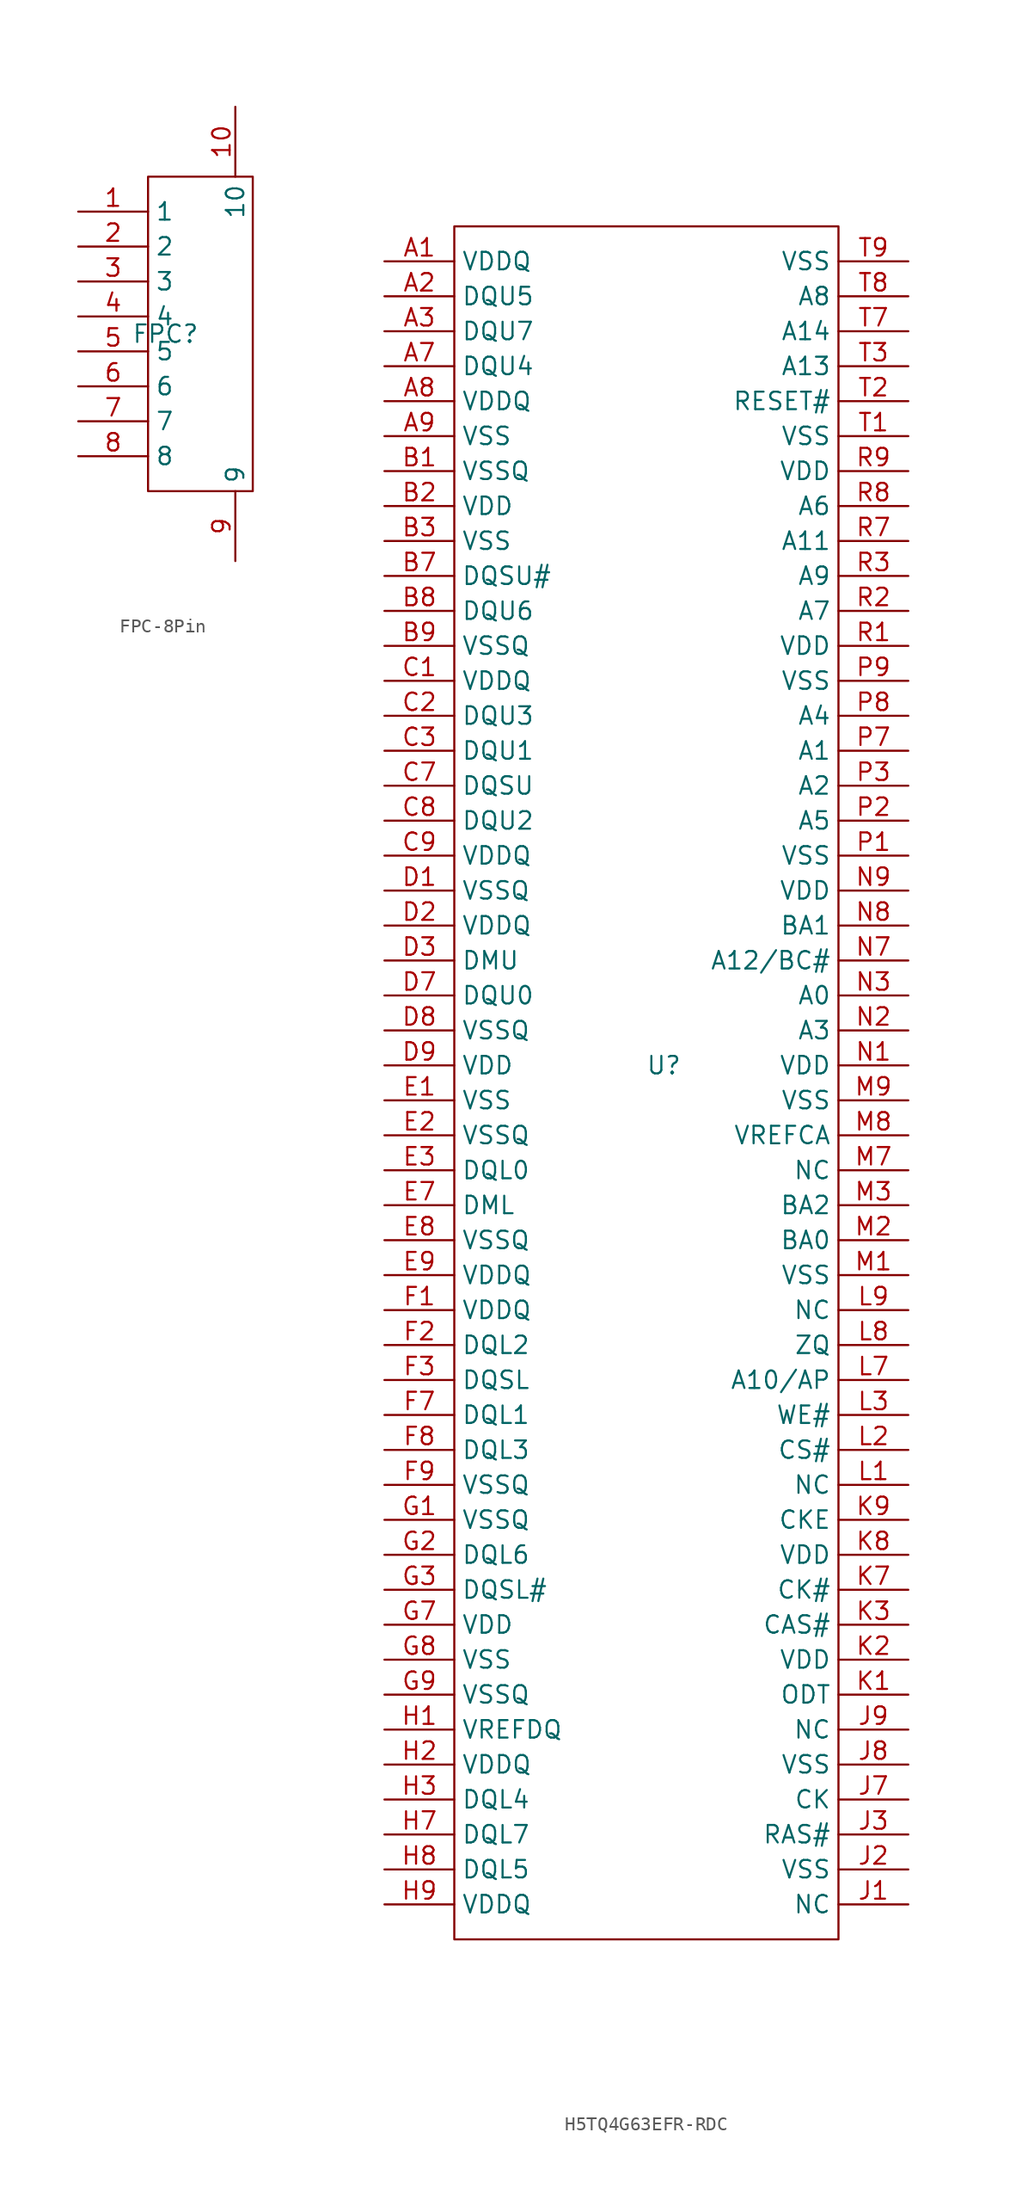
<source format=kicad_sym>
(kicad_symbol_lib
  (version 20231120)
  (generator "kicad_symbol_editor")
  (generator_version "8.0")
  (symbol "FPC-8Pin"
    (property "Reference" "FPC"
      (at 0 0 0)
      (effects (font (size 1.27 1.27))))
    (property "Value" ""
      (at 0 0 0)
      (effects (font (size 1.27 1.27))))
    (symbol "FPC-8Pin_1_0"
      (rectangle (start -1.27 -11.43) (end 6.35 11.43) (stroke (width 0) (type default)) (fill (type none)))
      (pin input line (at -6.35 8.89 0) (length 5.08) (name "1" (effects (font (size 1.27 1.27)))) (number "1" (effects (font (size 1.27 1.27)))))
      (pin input line (at 5.08 16.51 270) (length 5.08) (name "10" (effects (font (size 1.27 1.27)))) (number "10" (effects (font (size 1.27 1.27)))))
      (pin input line (at -6.35 6.35 0) (length 5.08) (name "2" (effects (font (size 1.27 1.27)))) (number "2" (effects (font (size 1.27 1.27)))))
      (pin input line (at -6.35 3.81 0) (length 5.08) (name "3" (effects (font (size 1.27 1.27)))) (number "3" (effects (font (size 1.27 1.27)))))
      (pin input line (at -6.35 1.27 0) (length 5.08) (name "4" (effects (font (size 1.27 1.27)))) (number "4" (effects (font (size 1.27 1.27)))))
      (pin input line (at -6.35 -1.27 0) (length 5.08) (name "5" (effects (font (size 1.27 1.27)))) (number "5" (effects (font (size 1.27 1.27)))))
      (pin input line (at -6.35 -3.81 0) (length 5.08) (name "6" (effects (font (size 1.27 1.27)))) (number "6" (effects (font (size 1.27 1.27)))))
      (pin input line (at -6.35 -6.35 0) (length 5.08) (name "7" (effects (font (size 1.27 1.27)))) (number "7" (effects (font (size 1.27 1.27)))))
      (pin input line (at -6.35 -8.89 0) (length 5.08) (name "8" (effects (font (size 1.27 1.27)))) (number "8" (effects (font (size 1.27 1.27)))))
      (pin input line (at 5.08 -16.51 90) (length 5.08) (name "9" (effects (font (size 1.27 1.27)))) (number "9" (effects (font (size 1.27 1.27)))))))
  (symbol "H5TQ4G63EFR-RDC"
    (property "Reference" "U"
      (at 0 0 0)
      (effects (font (size 1.27 1.27))))
    (property "Value" ""
      (at 0 0 0)
      (effects (font (size 1.27 1.27))))
    (symbol "H5TQ4G63EFR-RDC_1_0"
      (rectangle (start -15.24 -63.5) (end 12.7 60.96) (stroke (width 0) (type default)) (fill (type none)))
      (pin unspecified line (at -20.32 58.42 0) (length 5.08) (name "VDDQ" (effects (font (size 1.27 1.27)))) (number "A1" (effects (font (size 1.27 1.27)))))
      (pin unspecified line (at -20.32 55.88 0) (length 5.08) (name "DQU5" (effects (font (size 1.27 1.27)))) (number "A2" (effects (font (size 1.27 1.27)))))
      (pin unspecified line (at -20.32 53.34 0) (length 5.08) (name "DQU7" (effects (font (size 1.27 1.27)))) (number "A3" (effects (font (size 1.27 1.27)))))
      (pin unspecified line (at -20.32 50.8 0) (length 5.08) (name "DQU4" (effects (font (size 1.27 1.27)))) (number "A7" (effects (font (size 1.27 1.27)))))
      (pin unspecified line (at -20.32 48.26 0) (length 5.08) (name "VDDQ" (effects (font (size 1.27 1.27)))) (number "A8" (effects (font (size 1.27 1.27)))))
      (pin unspecified line (at -20.32 45.72 0) (length 5.08) (name "VSS" (effects (font (size 1.27 1.27)))) (number "A9" (effects (font (size 1.27 1.27)))))
      (pin unspecified line (at -20.32 43.18 0) (length 5.08) (name "VSSQ" (effects (font (size 1.27 1.27)))) (number "B1" (effects (font (size 1.27 1.27)))))
      (pin unspecified line (at -20.32 40.64 0) (length 5.08) (name "VDD" (effects (font (size 1.27 1.27)))) (number "B2" (effects (font (size 1.27 1.27)))))
      (pin unspecified line (at -20.32 38.1 0) (length 5.08) (name "VSS" (effects (font (size 1.27 1.27)))) (number "B3" (effects (font (size 1.27 1.27)))))
      (pin unspecified line (at -20.32 35.56 0) (length 5.08) (name "DQSU#" (effects (font (size 1.27 1.27)))) (number "B7" (effects (font (size 1.27 1.27)))))
      (pin unspecified line (at -20.32 33.02 0) (length 5.08) (name "DQU6" (effects (font (size 1.27 1.27)))) (number "B8" (effects (font (size 1.27 1.27)))))
      (pin unspecified line (at -20.32 30.48 0) (length 5.08) (name "VSSQ" (effects (font (size 1.27 1.27)))) (number "B9" (effects (font (size 1.27 1.27)))))
      (pin unspecified line (at -20.32 27.94 0) (length 5.08) (name "VDDQ" (effects (font (size 1.27 1.27)))) (number "C1" (effects (font (size 1.27 1.27)))))
      (pin unspecified line (at -20.32 25.4 0) (length 5.08) (name "DQU3" (effects (font (size 1.27 1.27)))) (number "C2" (effects (font (size 1.27 1.27)))))
      (pin unspecified line (at -20.32 22.86 0) (length 5.08) (name "DQU1" (effects (font (size 1.27 1.27)))) (number "C3" (effects (font (size 1.27 1.27)))))
      (pin unspecified line (at -20.32 20.32 0) (length 5.08) (name "DQSU" (effects (font (size 1.27 1.27)))) (number "C7" (effects (font (size 1.27 1.27)))))
      (pin unspecified line (at -20.32 17.78 0) (length 5.08) (name "DQU2" (effects (font (size 1.27 1.27)))) (number "C8" (effects (font (size 1.27 1.27)))))
      (pin unspecified line (at -20.32 15.24 0) (length 5.08) (name "VDDQ" (effects (font (size 1.27 1.27)))) (number "C9" (effects (font (size 1.27 1.27)))))
      (pin unspecified line (at -20.32 12.7 0) (length 5.08) (name "VSSQ" (effects (font (size 1.27 1.27)))) (number "D1" (effects (font (size 1.27 1.27)))))
      (pin unspecified line (at -20.32 10.16 0) (length 5.08) (name "VDDQ" (effects (font (size 1.27 1.27)))) (number "D2" (effects (font (size 1.27 1.27)))))
      (pin unspecified line (at -20.32 7.62 0) (length 5.08) (name "DMU" (effects (font (size 1.27 1.27)))) (number "D3" (effects (font (size 1.27 1.27)))))
      (pin unspecified line (at -20.32 5.08 0) (length 5.08) (name "DQU0" (effects (font (size 1.27 1.27)))) (number "D7" (effects (font (size 1.27 1.27)))))
      (pin unspecified line (at -20.32 2.54 0) (length 5.08) (name "VSSQ" (effects (font (size 1.27 1.27)))) (number "D8" (effects (font (size 1.27 1.27)))))
      (pin unspecified line (at -20.32 0 0) (length 5.08) (name "VDD" (effects (font (size 1.27 1.27)))) (number "D9" (effects (font (size 1.27 1.27)))))
      (pin unspecified line (at -20.32 -2.54 0) (length 5.08) (name "VSS" (effects (font (size 1.27 1.27)))) (number "E1" (effects (font (size 1.27 1.27)))))
      (pin unspecified line (at -20.32 -5.08 0) (length 5.08) (name "VSSQ" (effects (font (size 1.27 1.27)))) (number "E2" (effects (font (size 1.27 1.27)))))
      (pin unspecified line (at -20.32 -7.62 0) (length 5.08) (name "DQL0" (effects (font (size 1.27 1.27)))) (number "E3" (effects (font (size 1.27 1.27)))))
      (pin unspecified line (at -20.32 -10.16 0) (length 5.08) (name "DML" (effects (font (size 1.27 1.27)))) (number "E7" (effects (font (size 1.27 1.27)))))
      (pin unspecified line (at -20.32 -12.7 0) (length 5.08) (name "VSSQ" (effects (font (size 1.27 1.27)))) (number "E8" (effects (font (size 1.27 1.27)))))
      (pin unspecified line (at -20.32 -15.24 0) (length 5.08) (name "VDDQ" (effects (font (size 1.27 1.27)))) (number "E9" (effects (font (size 1.27 1.27)))))
      (pin unspecified line (at -20.32 -17.78 0) (length 5.08) (name "VDDQ" (effects (font (size 1.27 1.27)))) (number "F1" (effects (font (size 1.27 1.27)))))
      (pin unspecified line (at -20.32 -20.32 0) (length 5.08) (name "DQL2" (effects (font (size 1.27 1.27)))) (number "F2" (effects (font (size 1.27 1.27)))))
      (pin unspecified line (at -20.32 -22.86 0) (length 5.08) (name "DQSL" (effects (font (size 1.27 1.27)))) (number "F3" (effects (font (size 1.27 1.27)))))
      (pin unspecified line (at -20.32 -25.4 0) (length 5.08) (name "DQL1" (effects (font (size 1.27 1.27)))) (number "F7" (effects (font (size 1.27 1.27)))))
      (pin unspecified line (at -20.32 -27.94 0) (length 5.08) (name "DQL3" (effects (font (size 1.27 1.27)))) (number "F8" (effects (font (size 1.27 1.27)))))
      (pin unspecified line (at -20.32 -30.48 0) (length 5.08) (name "VSSQ" (effects (font (size 1.27 1.27)))) (number "F9" (effects (font (size 1.27 1.27)))))
      (pin unspecified line (at -20.32 -33.02 0) (length 5.08) (name "VSSQ" (effects (font (size 1.27 1.27)))) (number "G1" (effects (font (size 1.27 1.27)))))
      (pin unspecified line (at -20.32 -35.56 0) (length 5.08) (name "DQL6" (effects (font (size 1.27 1.27)))) (number "G2" (effects (font (size 1.27 1.27)))))
      (pin unspecified line (at -20.32 -38.1 0) (length 5.08) (name "DQSL#" (effects (font (size 1.27 1.27)))) (number "G3" (effects (font (size 1.27 1.27)))))
      (pin unspecified line (at -20.32 -40.64 0) (length 5.08) (name "VDD" (effects (font (size 1.27 1.27)))) (number "G7" (effects (font (size 1.27 1.27)))))
      (pin unspecified line (at -20.32 -43.18 0) (length 5.08) (name "VSS" (effects (font (size 1.27 1.27)))) (number "G8" (effects (font (size 1.27 1.27)))))
      (pin unspecified line (at -20.32 -45.72 0) (length 5.08) (name "VSSQ" (effects (font (size 1.27 1.27)))) (number "G9" (effects (font (size 1.27 1.27)))))
      (pin unspecified line (at -20.32 -48.26 0) (length 5.08) (name "VREFDQ" (effects (font (size 1.27 1.27)))) (number "H1" (effects (font (size 1.27 1.27)))))
      (pin unspecified line (at -20.32 -50.8 0) (length 5.08) (name "VDDQ" (effects (font (size 1.27 1.27)))) (number "H2" (effects (font (size 1.27 1.27)))))
      (pin unspecified line (at -20.32 -53.34 0) (length 5.08) (name "DQL4" (effects (font (size 1.27 1.27)))) (number "H3" (effects (font (size 1.27 1.27)))))
      (pin unspecified line (at -20.32 -55.88 0) (length 5.08) (name "DQL7" (effects (font (size 1.27 1.27)))) (number "H7" (effects (font (size 1.27 1.27)))))
      (pin unspecified line (at -20.32 -58.42 0) (length 5.08) (name "DQL5" (effects (font (size 1.27 1.27)))) (number "H8" (effects (font (size 1.27 1.27)))))
      (pin unspecified line (at -20.32 -60.96 0) (length 5.08) (name "VDDQ" (effects (font (size 1.27 1.27)))) (number "H9" (effects (font (size 1.27 1.27)))))
      (pin unspecified line (at 17.78 -60.96 180) (length 5.08) (name "NC" (effects (font (size 1.27 1.27)))) (number "J1" (effects (font (size 1.27 1.27)))))
      (pin unspecified line (at 17.78 -58.42 180) (length 5.08) (name "VSS" (effects (font (size 1.27 1.27)))) (number "J2" (effects (font (size 1.27 1.27)))))
      (pin unspecified line (at 17.78 -55.88 180) (length 5.08) (name "RAS#" (effects (font (size 1.27 1.27)))) (number "J3" (effects (font (size 1.27 1.27)))))
      (pin unspecified line (at 17.78 -53.34 180) (length 5.08) (name "CK" (effects (font (size 1.27 1.27)))) (number "J7" (effects (font (size 1.27 1.27)))))
      (pin unspecified line (at 17.78 -50.8 180) (length 5.08) (name "VSS" (effects (font (size 1.27 1.27)))) (number "J8" (effects (font (size 1.27 1.27)))))
      (pin unspecified line (at 17.78 -48.26 180) (length 5.08) (name "NC" (effects (font (size 1.27 1.27)))) (number "J9" (effects (font (size 1.27 1.27)))))
      (pin unspecified line (at 17.78 -45.72 180) (length 5.08) (name "ODT" (effects (font (size 1.27 1.27)))) (number "K1" (effects (font (size 1.27 1.27)))))
      (pin unspecified line (at 17.78 -43.18 180) (length 5.08) (name "VDD" (effects (font (size 1.27 1.27)))) (number "K2" (effects (font (size 1.27 1.27)))))
      (pin unspecified line (at 17.78 -40.64 180) (length 5.08) (name "CAS#" (effects (font (size 1.27 1.27)))) (number "K3" (effects (font (size 1.27 1.27)))))
      (pin unspecified line (at 17.78 -38.1 180) (length 5.08) (name "CK#" (effects (font (size 1.27 1.27)))) (number "K7" (effects (font (size 1.27 1.27)))))
      (pin unspecified line (at 17.78 -35.56 180) (length 5.08) (name "VDD" (effects (font (size 1.27 1.27)))) (number "K8" (effects (font (size 1.27 1.27)))))
      (pin unspecified line (at 17.78 -33.02 180) (length 5.08) (name "CKE" (effects (font (size 1.27 1.27)))) (number "K9" (effects (font (size 1.27 1.27)))))
      (pin unspecified line (at 17.78 -30.48 180) (length 5.08) (name "NC" (effects (font (size 1.27 1.27)))) (number "L1" (effects (font (size 1.27 1.27)))))
      (pin unspecified line (at 17.78 -27.94 180) (length 5.08) (name "CS#" (effects (font (size 1.27 1.27)))) (number "L2" (effects (font (size 1.27 1.27)))))
      (pin unspecified line (at 17.78 -25.4 180) (length 5.08) (name "WE#" (effects (font (size 1.27 1.27)))) (number "L3" (effects (font (size 1.27 1.27)))))
      (pin unspecified line (at 17.78 -22.86 180) (length 5.08) (name "A10/AP" (effects (font (size 1.27 1.27)))) (number "L7" (effects (font (size 1.27 1.27)))))
      (pin unspecified line (at 17.78 -20.32 180) (length 5.08) (name "ZQ" (effects (font (size 1.27 1.27)))) (number "L8" (effects (font (size 1.27 1.27)))))
      (pin unspecified line (at 17.78 -17.78 180) (length 5.08) (name "NC" (effects (font (size 1.27 1.27)))) (number "L9" (effects (font (size 1.27 1.27)))))
      (pin unspecified line (at 17.78 -15.24 180) (length 5.08) (name "VSS" (effects (font (size 1.27 1.27)))) (number "M1" (effects (font (size 1.27 1.27)))))
      (pin unspecified line (at 17.78 -12.7 180) (length 5.08) (name "BA0" (effects (font (size 1.27 1.27)))) (number "M2" (effects (font (size 1.27 1.27)))))
      (pin unspecified line (at 17.78 -10.16 180) (length 5.08) (name "BA2" (effects (font (size 1.27 1.27)))) (number "M3" (effects (font (size 1.27 1.27)))))
      (pin unspecified line (at 17.78 -7.62 180) (length 5.08) (name "NC" (effects (font (size 1.27 1.27)))) (number "M7" (effects (font (size 1.27 1.27)))))
      (pin unspecified line (at 17.78 -5.08 180) (length 5.08) (name "VREFCA" (effects (font (size 1.27 1.27)))) (number "M8" (effects (font (size 1.27 1.27)))))
      (pin unspecified line (at 17.78 -2.54 180) (length 5.08) (name "VSS" (effects (font (size 1.27 1.27)))) (number "M9" (effects (font (size 1.27 1.27)))))
      (pin unspecified line (at 17.78 0 180) (length 5.08) (name "VDD" (effects (font (size 1.27 1.27)))) (number "N1" (effects (font (size 1.27 1.27)))))
      (pin unspecified line (at 17.78 2.54 180) (length 5.08) (name "A3" (effects (font (size 1.27 1.27)))) (number "N2" (effects (font (size 1.27 1.27)))))
      (pin unspecified line (at 17.78 5.08 180) (length 5.08) (name "A0" (effects (font (size 1.27 1.27)))) (number "N3" (effects (font (size 1.27 1.27)))))
      (pin unspecified line (at 17.78 7.62 180) (length 5.08) (name "A12/BC#" (effects (font (size 1.27 1.27)))) (number "N7" (effects (font (size 1.27 1.27)))))
      (pin unspecified line (at 17.78 10.16 180) (length 5.08) (name "BA1" (effects (font (size 1.27 1.27)))) (number "N8" (effects (font (size 1.27 1.27)))))
      (pin unspecified line (at 17.78 12.7 180) (length 5.08) (name "VDD" (effects (font (size 1.27 1.27)))) (number "N9" (effects (font (size 1.27 1.27)))))
      (pin unspecified line (at 17.78 15.24 180) (length 5.08) (name "VSS" (effects (font (size 1.27 1.27)))) (number "P1" (effects (font (size 1.27 1.27)))))
      (pin unspecified line (at 17.78 17.78 180) (length 5.08) (name "A5" (effects (font (size 1.27 1.27)))) (number "P2" (effects (font (size 1.27 1.27)))))
      (pin unspecified line (at 17.78 20.32 180) (length 5.08) (name "A2" (effects (font (size 1.27 1.27)))) (number "P3" (effects (font (size 1.27 1.27)))))
      (pin unspecified line (at 17.78 22.86 180) (length 5.08) (name "A1" (effects (font (size 1.27 1.27)))) (number "P7" (effects (font (size 1.27 1.27)))))
      (pin unspecified line (at 17.78 25.4 180) (length 5.08) (name "A4" (effects (font (size 1.27 1.27)))) (number "P8" (effects (font (size 1.27 1.27)))))
      (pin unspecified line (at 17.78 27.94 180) (length 5.08) (name "VSS" (effects (font (size 1.27 1.27)))) (number "P9" (effects (font (size 1.27 1.27)))))
      (pin unspecified line (at 17.78 30.48 180) (length 5.08) (name "VDD" (effects (font (size 1.27 1.27)))) (number "R1" (effects (font (size 1.27 1.27)))))
      (pin unspecified line (at 17.78 33.02 180) (length 5.08) (name "A7" (effects (font (size 1.27 1.27)))) (number "R2" (effects (font (size 1.27 1.27)))))
      (pin unspecified line (at 17.78 35.56 180) (length 5.08) (name "A9" (effects (font (size 1.27 1.27)))) (number "R3" (effects (font (size 1.27 1.27)))))
      (pin unspecified line (at 17.78 38.1 180) (length 5.08) (name "A11" (effects (font (size 1.27 1.27)))) (number "R7" (effects (font (size 1.27 1.27)))))
      (pin unspecified line (at 17.78 40.64 180) (length 5.08) (name "A6" (effects (font (size 1.27 1.27)))) (number "R8" (effects (font (size 1.27 1.27)))))
      (pin unspecified line (at 17.78 43.18 180) (length 5.08) (name "VDD" (effects (font (size 1.27 1.27)))) (number "R9" (effects (font (size 1.27 1.27)))))
      (pin unspecified line (at 17.78 45.72 180) (length 5.08) (name "VSS" (effects (font (size 1.27 1.27)))) (number "T1" (effects (font (size 1.27 1.27)))))
      (pin unspecified line (at 17.78 48.26 180) (length 5.08) (name "RESET#" (effects (font (size 1.27 1.27)))) (number "T2" (effects (font (size 1.27 1.27)))))
      (pin unspecified line (at 17.78 50.8 180) (length 5.08) (name "A13" (effects (font (size 1.27 1.27)))) (number "T3" (effects (font (size 1.27 1.27)))))
      (pin unspecified line (at 17.78 53.34 180) (length 5.08) (name "A14" (effects (font (size 1.27 1.27)))) (number "T7" (effects (font (size 1.27 1.27)))))
      (pin unspecified line (at 17.78 55.88 180) (length 5.08) (name "A8" (effects (font (size 1.27 1.27)))) (number "T8" (effects (font (size 1.27 1.27)))))
      (pin unspecified line (at 17.78 58.42 180) (length 5.08) (name "VSS" (effects (font (size 1.27 1.27)))) (number "T9" (effects (font (size 1.27 1.27))))))))
</source>
